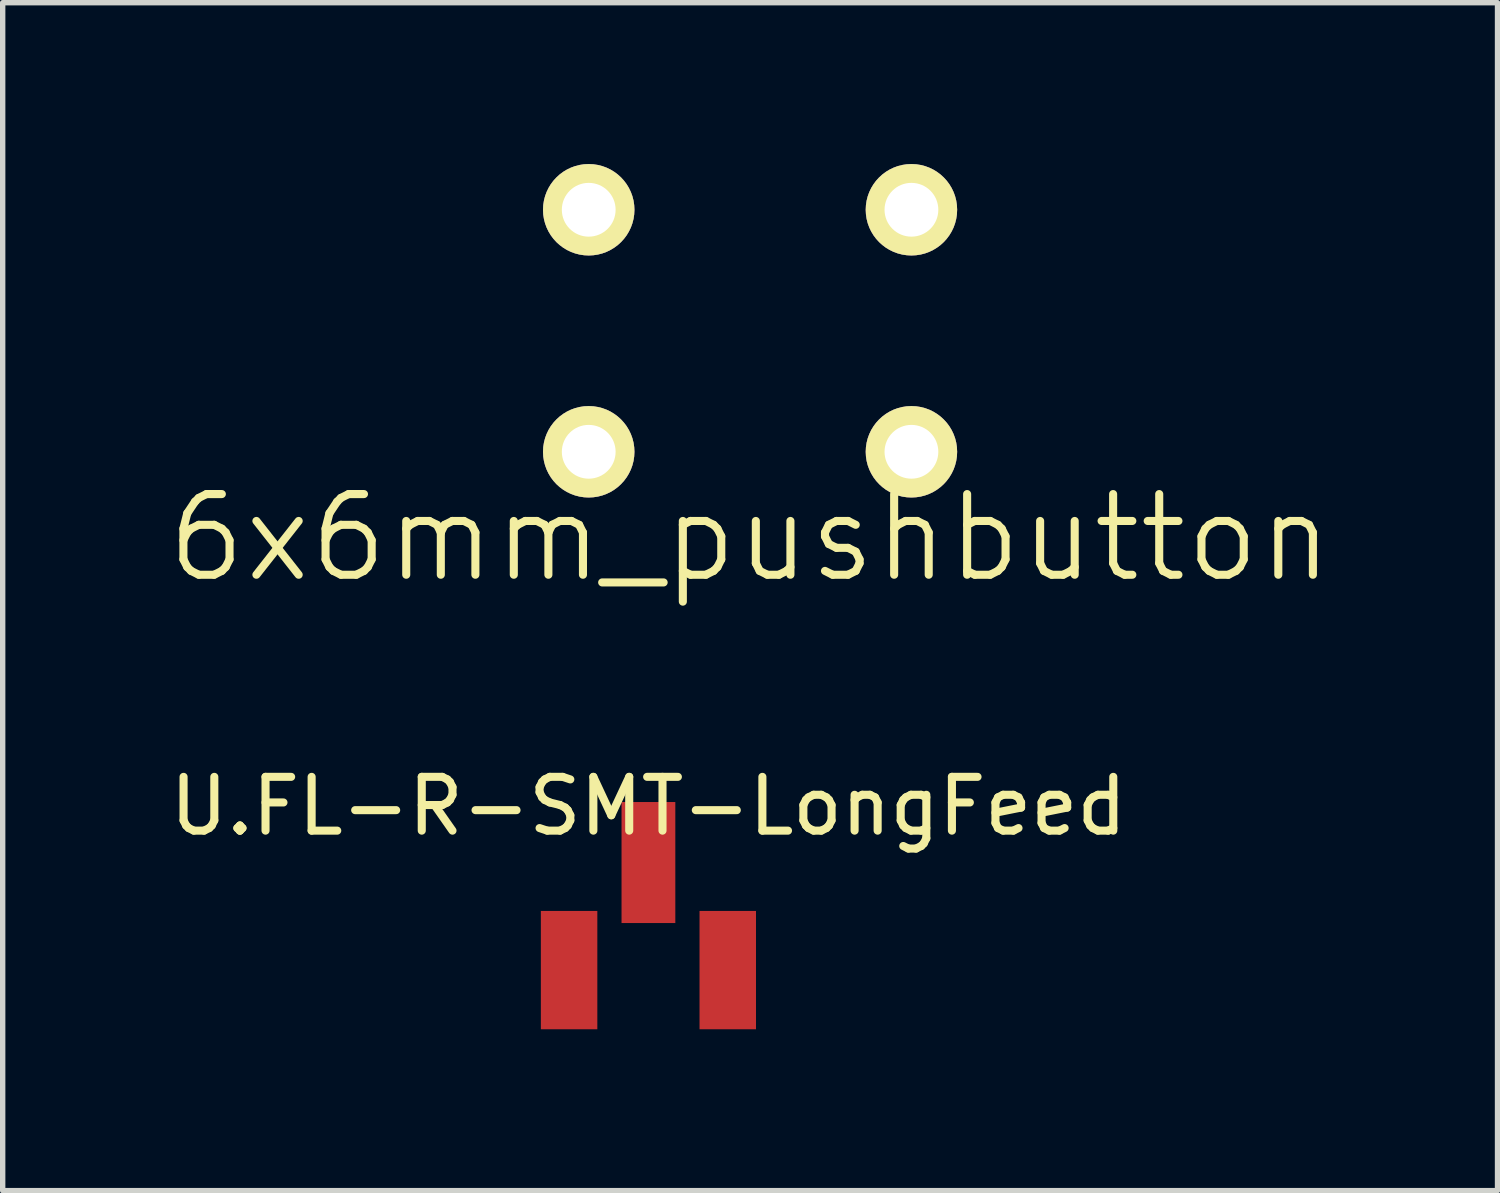
<source format=kicad_pcb>
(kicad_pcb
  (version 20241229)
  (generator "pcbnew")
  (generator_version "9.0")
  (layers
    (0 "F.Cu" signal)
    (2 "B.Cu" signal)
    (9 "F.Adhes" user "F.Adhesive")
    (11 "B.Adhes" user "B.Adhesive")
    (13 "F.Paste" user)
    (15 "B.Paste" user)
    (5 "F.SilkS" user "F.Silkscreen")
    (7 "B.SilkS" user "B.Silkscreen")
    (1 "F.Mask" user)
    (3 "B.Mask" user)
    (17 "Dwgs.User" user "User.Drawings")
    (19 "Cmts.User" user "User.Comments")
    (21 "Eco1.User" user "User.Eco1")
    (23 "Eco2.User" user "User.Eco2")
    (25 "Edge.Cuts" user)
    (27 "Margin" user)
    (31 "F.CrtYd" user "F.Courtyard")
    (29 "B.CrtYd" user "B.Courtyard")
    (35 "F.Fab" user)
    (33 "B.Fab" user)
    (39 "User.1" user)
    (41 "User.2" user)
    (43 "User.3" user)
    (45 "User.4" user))
  (footprint "U.FL-R-SMT-LongFeed"
    (layer "F.Cu")
    (at 9.006 14.987)
    (property "Reference" "U.FL-R-SMT-LongFeed" (at 0 -3.048 0) (layer "F.SilkS") (effects (font (size 1 1) (thickness 0.15))))
    (attr through_hole)
    (pad "1" smd rect (at 0 -2) (size 1 2.25) (layers "F.Cu" "F.Mask" "F.Paste"))
    (pad "2" smd rect (at -1.475 0) (size 1.05 2.2) (layers "F.Cu" "F.Mask" "F.Paste"))
    (pad "3" smd rect (at 1.475 0) (size 1.05 2.2) (layers "F.Cu" "F.Mask" "F.Paste")))
  (footprint "6x6mm_pushbutton"
    (layer "F.Cu")
    (at 10.896 3.35)
    (property "Reference" "6x6mm_pushbutton" (at 0 3.6 0) (layer "F.SilkS") (effects (font (size 1.5 1.5) (thickness 0.15))))
    (attr through_hole)
    (pad "1" thru_hole circle (at -3 -2.5) (size 1.7 1.7) (drill 1) (layers "*.Cu" "*.Mask" "F.SilkS"))
    (pad "1" thru_hole circle (at 3 -2.5) (size 1.7 1.7) (drill 1) (layers "*.Cu" "*.Mask" "F.SilkS"))
    (pad "2" thru_hole circle (at -3 2) (size 1.7 1.7) (drill 1) (layers "*.Cu" "*.Mask" "F.SilkS"))
    (pad "2" thru_hole circle (at 3 2) (size 1.7 1.7) (drill 1) (layers "*.Cu" "*.Mask" "F.SilkS")))
  (gr_rect
    (start -3 -3)
    (end 24.793 19.087)
    (stroke (width 0.1) (type default))
    (fill no)
    (layer "Edge.Cuts")))
</source>
